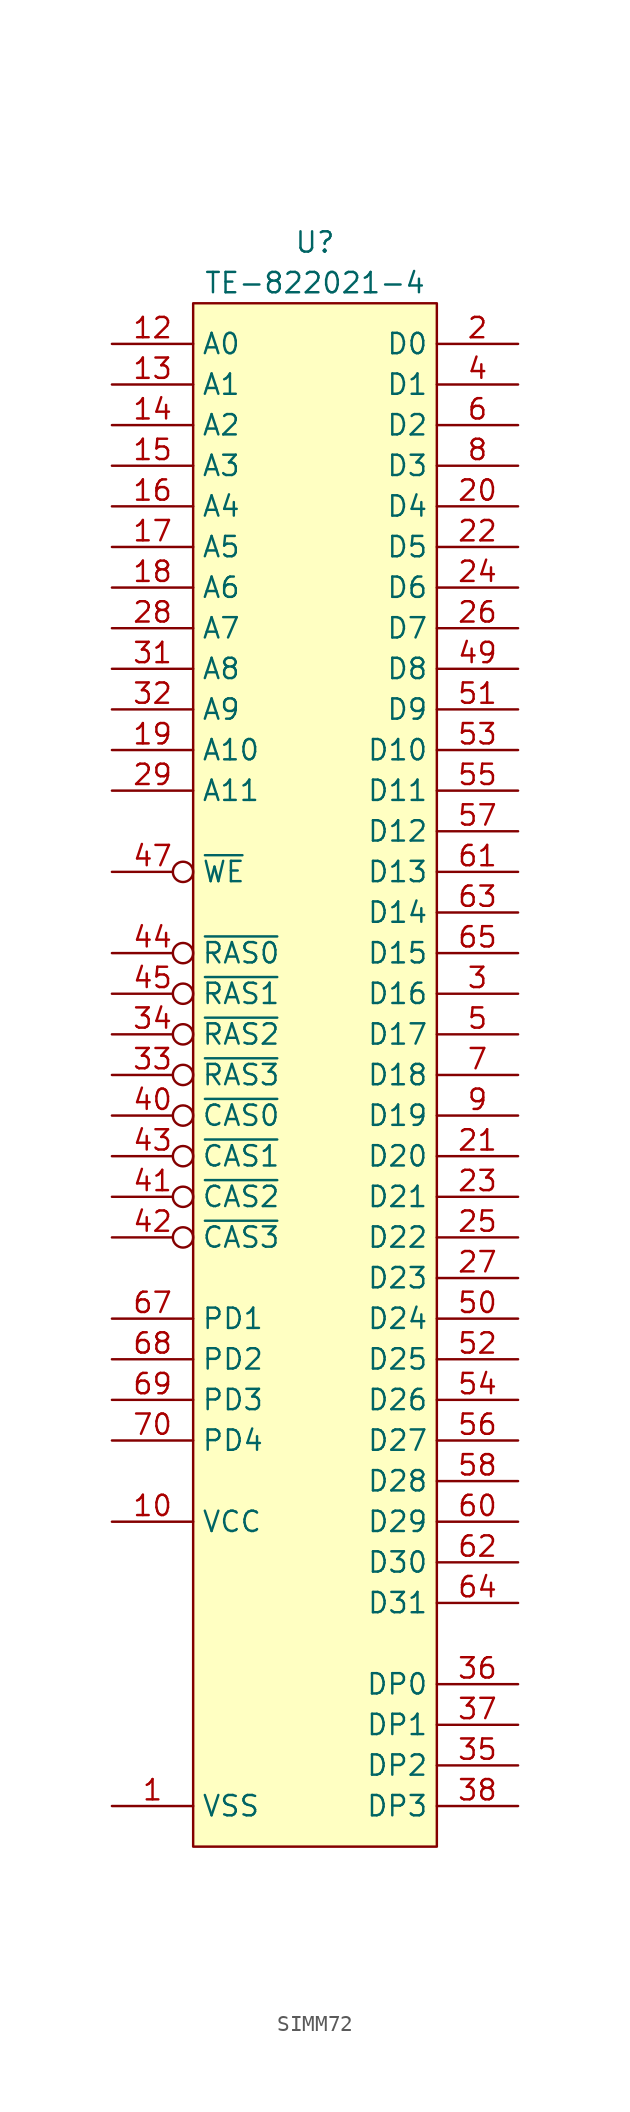
<source format=kicad_sym>
(kicad_symbol_lib
  (version 20241209)
  (generator "kicad_symbol_editor")
  (generator_version "9.0")
  (symbol "SIMM72"
    (property "Reference" "U"
      (at 0 3.81 0)
      (effects (font (size 1.27 1.27))))
    (property "Value" "TE-822021-4"
      (at 0 1.27 0)
      (effects (font (size 1.27 1.27))))
    (symbol "SIMM72_0_0"
      (pin input line (at -12.7 -2.54 0) (length 5.08) (name "A0" (effects (font (size 1.27 1.27)))) (number "12" (effects (font (size 1.27 1.27)))))
      (pin input line (at -12.7 -5.08 0) (length 5.08) (name "A1" (effects (font (size 1.27 1.27)))) (number "13" (effects (font (size 1.27 1.27)))))
      (pin input line (at -12.7 -7.62 0) (length 5.08) (name "A2" (effects (font (size 1.27 1.27)))) (number "14" (effects (font (size 1.27 1.27)))))
      (pin input line (at -12.7 -10.16 0) (length 5.08) (name "A3" (effects (font (size 1.27 1.27)))) (number "15" (effects (font (size 1.27 1.27)))))
      (pin input line (at -12.7 -12.7 0) (length 5.08) (name "A4" (effects (font (size 1.27 1.27)))) (number "16" (effects (font (size 1.27 1.27)))))
      (pin input line (at -12.7 -15.24 0) (length 5.08) (name "A5" (effects (font (size 1.27 1.27)))) (number "17" (effects (font (size 1.27 1.27)))))
      (pin input line (at -12.7 -17.78 0) (length 5.08) (name "A6" (effects (font (size 1.27 1.27)))) (number "18" (effects (font (size 1.27 1.27)))))
      (pin input line (at -12.7 -20.32 0) (length 5.08) (name "A7" (effects (font (size 1.27 1.27)))) (number "28" (effects (font (size 1.27 1.27)))))
      (pin input line (at -12.7 -22.86 0) (length 5.08) (name "A8" (effects (font (size 1.27 1.27)))) (number "31" (effects (font (size 1.27 1.27)))))
      (pin input line (at -12.7 -25.4 0) (length 5.08) (name "A9" (effects (font (size 1.27 1.27)))) (number "32" (effects (font (size 1.27 1.27)))))
      (pin input line (at -12.7 -27.94 0) (length 5.08) (name "A10" (effects (font (size 1.27 1.27)))) (number "19" (effects (font (size 1.27 1.27)))))
      (pin input line (at -12.7 -30.48 0) (length 5.08) (name "A11" (effects (font (size 1.27 1.27)))) (number "29" (effects (font (size 1.27 1.27)))))
      (pin input inverted (at -12.7 -35.56 0) (length 5.08) (name "~{WE}" (effects (font (size 1.27 1.27)))) (number "47" (effects (font (size 1.27 1.27)))))
      (pin input inverted (at -12.7 -40.64 0) (length 5.08) (name "~{RAS0}" (effects (font (size 1.27 1.27)))) (number "44" (effects (font (size 1.27 1.27)))))
      (pin input inverted (at -12.7 -43.18 0) (length 5.08) (name "~{RAS1}" (effects (font (size 1.27 1.27)))) (number "45" (effects (font (size 1.27 1.27)))))
      (pin input inverted (at -12.7 -45.72 0) (length 5.08) (name "~{RAS2}" (effects (font (size 1.27 1.27)))) (number "34" (effects (font (size 1.27 1.27)))))
      (pin input inverted (at -12.7 -48.26 0) (length 5.08) (name "~{RAS3}" (effects (font (size 1.27 1.27)))) (number "33" (effects (font (size 1.27 1.27)))))
      (pin input inverted (at -12.7 -50.8 0) (length 5.08) (name "~{CAS0}" (effects (font (size 1.27 1.27)))) (number "40" (effects (font (size 1.27 1.27)))))
      (pin input inverted (at -12.7 -53.34 0) (length 5.08) (name "~{CAS1}" (effects (font (size 1.27 1.27)))) (number "43" (effects (font (size 1.27 1.27)))))
      (pin input inverted (at -12.7 -55.88 0) (length 5.08) (name "~{CAS2}" (effects (font (size 1.27 1.27)))) (number "41" (effects (font (size 1.27 1.27)))))
      (pin input inverted (at -12.7 -58.42 0) (length 5.08) (name "~{CAS3}" (effects (font (size 1.27 1.27)))) (number "42" (effects (font (size 1.27 1.27)))))
      (pin passive line (at -12.7 -63.5 0) (length 5.08) (name "PD1" (effects (font (size 1.27 1.27)))) (number "67" (effects (font (size 1.27 1.27)))))
      (pin passive line (at -12.7 -66.04 0) (length 5.08) (name "PD2" (effects (font (size 1.27 1.27)))) (number "68" (effects (font (size 1.27 1.27)))))
      (pin passive line (at -12.7 -68.58 0) (length 5.08) (name "PD3" (effects (font (size 1.27 1.27)))) (number "69" (effects (font (size 1.27 1.27)))))
      (pin passive line (at -12.7 -71.12 0) (length 5.08) (name "PD4" (effects (font (size 1.27 1.27)))) (number "70" (effects (font (size 1.27 1.27)))))
      (pin power_in line (at -12.7 -76.2 0) (length 5.08) (name "VCC" (effects (font (size 1.27 1.27)))) (number "10" (effects (font (size 1.27 1.27)))))
      (pin power_in line (at -12.7 -76.2 0) (length 5.08) (hide yes) (name "VCC" (effects (font (size 1.27 1.27)))) (number "30" (effects (font (size 1.27 1.27)))))
      (pin power_in line (at -12.7 -76.2 0) (length 5.08) (hide yes) (name "VCC" (effects (font (size 1.27 1.27)))) (number "59" (effects (font (size 1.27 1.27)))))
      (pin no_connect non_logic (at -12.7 -88.9 0) (length 5.08) (hide yes) (name "NC" (effects (font (size 1.27 1.27)))) (number "11" (effects (font (size 1.27 1.27)))))
      (pin no_connect non_logic (at -12.7 -88.9 0) (length 5.08) (hide yes) (name "NC" (effects (font (size 1.27 1.27)))) (number "46" (effects (font (size 1.27 1.27)))))
      (pin no_connect non_logic (at -12.7 -88.9 0) (length 5.08) (hide yes) (name "NC" (effects (font (size 1.27 1.27)))) (number "48" (effects (font (size 1.27 1.27)))))
      (pin no_connect non_logic (at -12.7 -88.9 0) (length 5.08) (hide yes) (name "NC" (effects (font (size 1.27 1.27)))) (number "66" (effects (font (size 1.27 1.27)))))
      (pin no_connect non_logic (at -12.7 -88.9 0) (length 5.08) (hide yes) (name "NC" (effects (font (size 1.27 1.27)))) (number "71" (effects (font (size 1.27 1.27)))))
      (pin power_in line (at -12.7 -93.98 0) (length 5.08) (name "VSS" (effects (font (size 1.27 1.27)))) (number "1" (effects (font (size 1.27 1.27)))))
      (pin power_in line (at -12.7 -93.98 0) (length 5.08) (hide yes) (name "VSS" (effects (font (size 1.27 1.27)))) (number "39" (effects (font (size 1.27 1.27)))))
      (pin power_in line (at -12.7 -93.98 0) (length 5.08) (hide yes) (name "VSS" (effects (font (size 1.27 1.27)))) (number "72" (effects (font (size 1.27 1.27)))))
      (pin bidirectional line (at 12.7 -2.54 180) (length 5.08) (name "D0" (effects (font (size 1.27 1.27)))) (number "2" (effects (font (size 1.27 1.27)))))
      (pin bidirectional line (at 12.7 -5.08 180) (length 5.08) (name "D1" (effects (font (size 1.27 1.27)))) (number "4" (effects (font (size 1.27 1.27)))))
      (pin bidirectional line (at 12.7 -7.62 180) (length 5.08) (name "D2" (effects (font (size 1.27 1.27)))) (number "6" (effects (font (size 1.27 1.27)))))
      (pin bidirectional line (at 12.7 -10.16 180) (length 5.08) (name "D3" (effects (font (size 1.27 1.27)))) (number "8" (effects (font (size 1.27 1.27)))))
      (pin bidirectional line (at 12.7 -12.7 180) (length 5.08) (name "D4" (effects (font (size 1.27 1.27)))) (number "20" (effects (font (size 1.27 1.27)))))
      (pin bidirectional line (at 12.7 -15.24 180) (length 5.08) (name "D5" (effects (font (size 1.27 1.27)))) (number "22" (effects (font (size 1.27 1.27)))))
      (pin bidirectional line (at 12.7 -17.78 180) (length 5.08) (name "D6" (effects (font (size 1.27 1.27)))) (number "24" (effects (font (size 1.27 1.27)))))
      (pin bidirectional line (at 12.7 -20.32 180) (length 5.08) (name "D7" (effects (font (size 1.27 1.27)))) (number "26" (effects (font (size 1.27 1.27)))))
      (pin bidirectional line (at 12.7 -22.86 180) (length 5.08) (name "D8" (effects (font (size 1.27 1.27)))) (number "49" (effects (font (size 1.27 1.27)))))
      (pin bidirectional line (at 12.7 -25.4 180) (length 5.08) (name "D9" (effects (font (size 1.27 1.27)))) (number "51" (effects (font (size 1.27 1.27)))))
      (pin bidirectional line (at 12.7 -27.94 180) (length 5.08) (name "D10" (effects (font (size 1.27 1.27)))) (number "53" (effects (font (size 1.27 1.27)))))
      (pin bidirectional line (at 12.7 -30.48 180) (length 5.08) (name "D11" (effects (font (size 1.27 1.27)))) (number "55" (effects (font (size 1.27 1.27)))))
      (pin bidirectional line (at 12.7 -33.02 180) (length 5.08) (name "D12" (effects (font (size 1.27 1.27)))) (number "57" (effects (font (size 1.27 1.27)))))
      (pin bidirectional line (at 12.7 -35.56 180) (length 5.08) (name "D13" (effects (font (size 1.27 1.27)))) (number "61" (effects (font (size 1.27 1.27)))))
      (pin bidirectional line (at 12.7 -38.1 180) (length 5.08) (name "D14" (effects (font (size 1.27 1.27)))) (number "63" (effects (font (size 1.27 1.27)))))
      (pin bidirectional line (at 12.7 -40.64 180) (length 5.08) (name "D15" (effects (font (size 1.27 1.27)))) (number "65" (effects (font (size 1.27 1.27)))))
      (pin bidirectional line (at 12.7 -43.18 180) (length 5.08) (name "D16" (effects (font (size 1.27 1.27)))) (number "3" (effects (font (size 1.27 1.27)))))
      (pin bidirectional line (at 12.7 -45.72 180) (length 5.08) (name "D17" (effects (font (size 1.27 1.27)))) (number "5" (effects (font (size 1.27 1.27)))))
      (pin bidirectional line (at 12.7 -48.26 180) (length 5.08) (name "D18" (effects (font (size 1.27 1.27)))) (number "7" (effects (font (size 1.27 1.27)))))
      (pin bidirectional line (at 12.7 -50.8 180) (length 5.08) (name "D19" (effects (font (size 1.27 1.27)))) (number "9" (effects (font (size 1.27 1.27)))))
      (pin bidirectional line (at 12.7 -53.34 180) (length 5.08) (name "D20" (effects (font (size 1.27 1.27)))) (number "21" (effects (font (size 1.27 1.27)))))
      (pin bidirectional line (at 12.7 -55.88 180) (length 5.08) (name "D21" (effects (font (size 1.27 1.27)))) (number "23" (effects (font (size 1.27 1.27)))))
      (pin bidirectional line (at 12.7 -58.42 180) (length 5.08) (name "D22" (effects (font (size 1.27 1.27)))) (number "25" (effects (font (size 1.27 1.27)))))
      (pin bidirectional line (at 12.7 -60.96 180) (length 5.08) (name "D23" (effects (font (size 1.27 1.27)))) (number "27" (effects (font (size 1.27 1.27)))))
      (pin bidirectional line (at 12.7 -63.5 180) (length 5.08) (name "D24" (effects (font (size 1.27 1.27)))) (number "50" (effects (font (size 1.27 1.27)))))
      (pin bidirectional line (at 12.7 -66.04 180) (length 5.08) (name "D25" (effects (font (size 1.27 1.27)))) (number "52" (effects (font (size 1.27 1.27)))))
      (pin bidirectional line (at 12.7 -68.58 180) (length 5.08) (name "D26" (effects (font (size 1.27 1.27)))) (number "54" (effects (font (size 1.27 1.27)))))
      (pin bidirectional line (at 12.7 -71.12 180) (length 5.08) (name "D27" (effects (font (size 1.27 1.27)))) (number "56" (effects (font (size 1.27 1.27)))))
      (pin bidirectional line (at 12.7 -73.66 180) (length 5.08) (name "D28" (effects (font (size 1.27 1.27)))) (number "58" (effects (font (size 1.27 1.27)))))
      (pin bidirectional line (at 12.7 -76.2 180) (length 5.08) (name "D29" (effects (font (size 1.27 1.27)))) (number "60" (effects (font (size 1.27 1.27)))))
      (pin bidirectional line (at 12.7 -78.74 180) (length 5.08) (name "D30" (effects (font (size 1.27 1.27)))) (number "62" (effects (font (size 1.27 1.27)))))
      (pin bidirectional line (at 12.7 -81.28 180) (length 5.08) (name "D31" (effects (font (size 1.27 1.27)))) (number "64" (effects (font (size 1.27 1.27)))))
      (pin bidirectional line (at 12.7 -86.36 180) (length 5.08) (name "DP0" (effects (font (size 1.27 1.27)))) (number "36" (effects (font (size 1.27 1.27)))))
      (pin bidirectional line (at 12.7 -88.9 180) (length 5.08) (name "DP1" (effects (font (size 1.27 1.27)))) (number "37" (effects (font (size 1.27 1.27)))))
      (pin bidirectional line (at 12.7 -91.44 180) (length 5.08) (name "DP2" (effects (font (size 1.27 1.27)))) (number "35" (effects (font (size 1.27 1.27)))))
      (pin bidirectional line (at 12.7 -93.98 180) (length 5.08) (name "DP3" (effects (font (size 1.27 1.27)))) (number "38" (effects (font (size 1.27 1.27))))))
    (symbol "SIMM72_0_1"
      (rectangle (start -7.62 0) (end 7.62 -96.52) (stroke (width 0) (type default)) (fill (type background))))))
</source>
